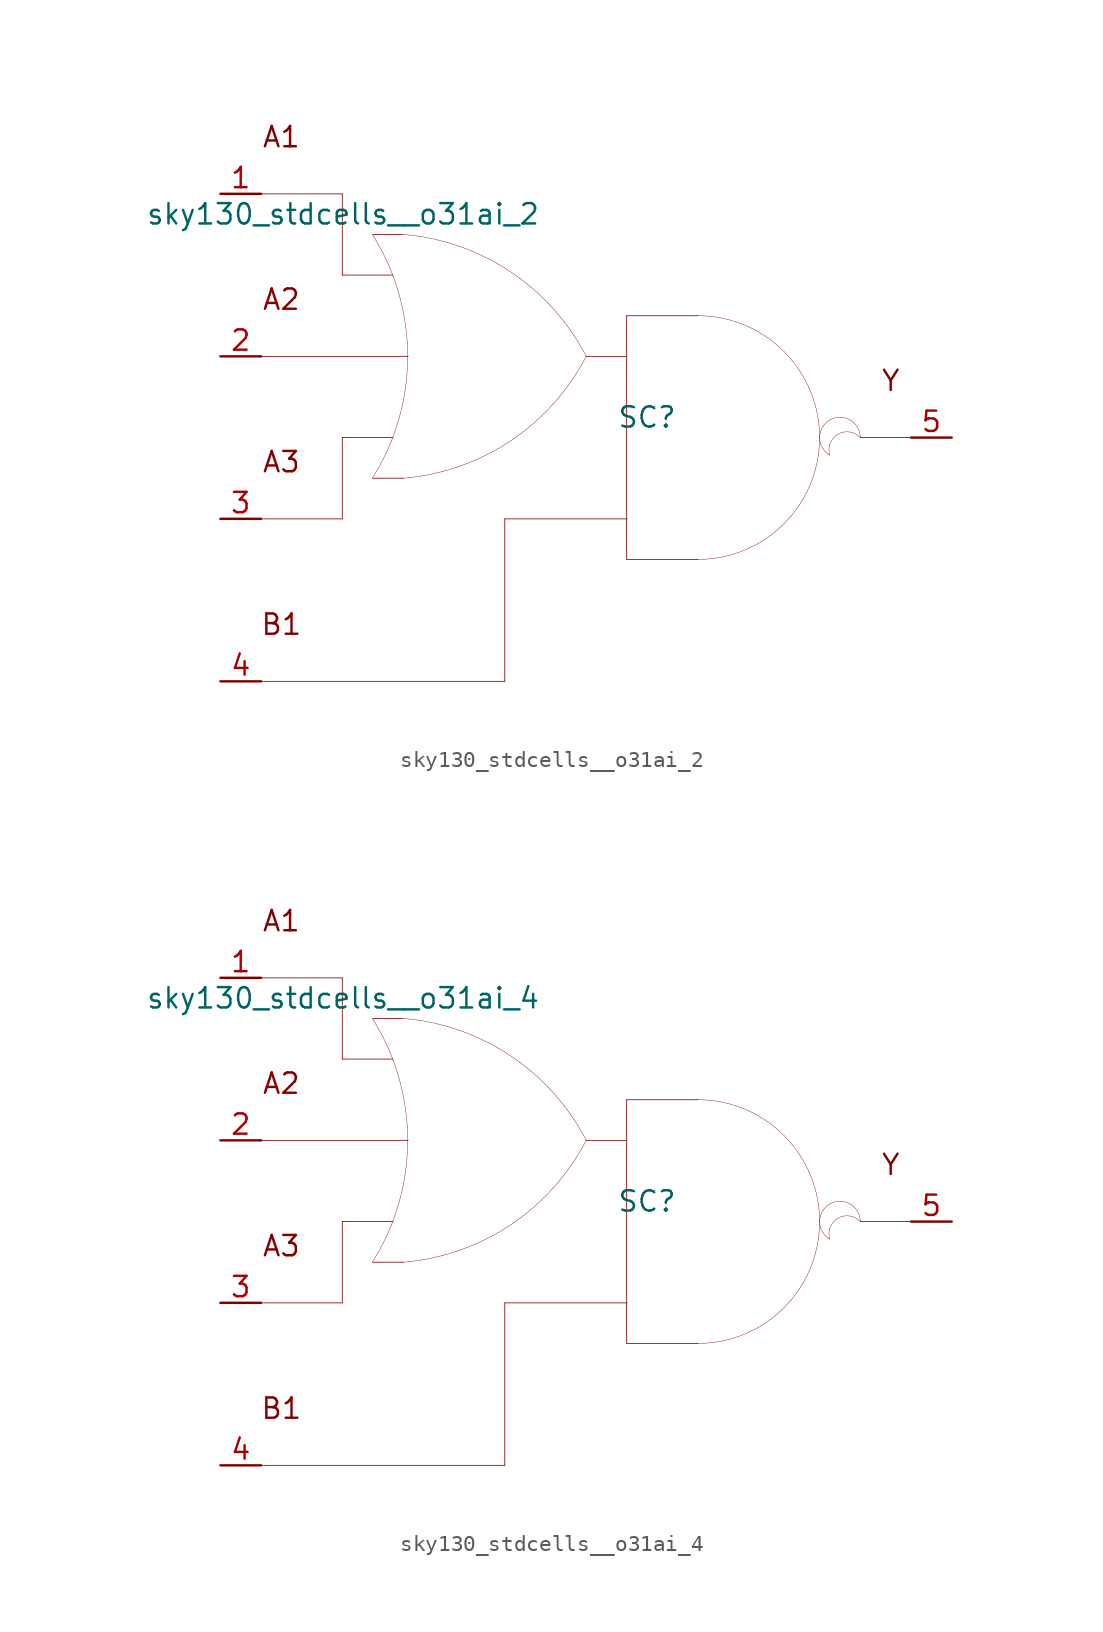
<source format=kicad_sym>
(kicad_symbol_lib
  (version 20211014)
  (generator kicad_symbol_editor)
  (symbol "sky130_stdcells__o31ai_2"
    (pin_names hide)
    (property "Reference" "SC"
      (at 3.81 1.27 0)
      (effects (font (size 1.27 1.27))))
    (property "Value" "sky130_stdcells__o31ai_2"
      (at -2.845 13.97 0)
      (effects (font (size 1.27 1.27)) (justify right)))
    (symbol "sky130_stdcells__o31ai_2_0_0"
      (arc (start -13.3555 -2.5342) (mid -12.698 -1.378) (end -12.1512 -0.1656) (stroke (width 0.0254) (type default) (color 0 0 0 0)) (fill (type none)))
      (arc (start -12.1512 -0.1656) (mid -11.7163 1.1045) (end -11.403 2.4099) (stroke (width 0.0254) (type default) (color 0 0 0 0)) (fill (type none)))
      (arc (start -12.133 10.2793) (mid -12.6812 11.5048) (end -13.3423 12.6732) (stroke (width 0.0254) (type default) (color 0 0 0 0)) (fill (type none)))
      (arc (start -11.435 -2.5431) (mid -4.741 -0.2186) (end -0.0041 5.0516) (stroke (width 0.0254) (type default) (color 0 0 0 0)) (fill (type none)))
      (arc (start -11.403 2.4099) (mid -11.2138 3.739) (end -11.1506 5.08) (stroke (width 0.0254) (type default) (color 0 0 0 0)) (fill (type none)))
      (arc (start -11.3984 7.7256) (mid -11.7061 9.0196) (end -12.133 10.2793) (stroke (width 0.0254) (type default) (color 0 0 0 0)) (fill (type none)))
      (arc (start -11.1506 5.08) (mid -11.2127 6.4086) (end -11.3984 7.7256) (stroke (width 0.0254) (type default) (color 0 0 0 0)) (fill (type none)))
      (polyline (pts (xy -20.32 -15.24) (xy -5.08 -15.24)) (stroke (width 0.051) (type default) (color 0 0 0 0)) (fill (type none)))
      (polyline (pts (xy -20.32 -5.08) (xy -15.24 -5.08)) (stroke (width 0.051) (type default) (color 0 0 0 0)) (fill (type none)))
      (polyline (pts (xy -20.32 5.08) (xy -11.125 5.08)) (stroke (width 0.051) (type default) (color 0 0 0 0)) (fill (type none)))
      (polyline (pts (xy -20.32 15.24) (xy -15.24 15.24)) (stroke (width 0.051) (type default) (color 0 0 0 0)) (fill (type none)))
      (polyline (pts (xy -15.24 0) (xy -15.24 -5.08)) (stroke (width 0.051) (type default) (color 0 0 0 0)) (fill (type none)))
      (polyline (pts (xy -15.24 0) (xy -12.065 0)) (stroke (width 0.051) (type default) (color 0 0 0 0)) (fill (type none)))
      (polyline (pts (xy -15.24 10.16) (xy -12.065 10.16)) (stroke (width 0.051) (type default) (color 0 0 0 0)) (fill (type none)))
      (polyline (pts (xy -15.24 15.24) (xy -15.24 10.16)) (stroke (width 0.051) (type default) (color 0 0 0 0)) (fill (type none)))
      (polyline (pts (xy -13.335 -2.54) (xy -11.43 -2.54)) (stroke (width 0.051) (type default) (color 0 0 0 0)) (fill (type none)))
      (polyline (pts (xy -13.335 12.7) (xy -11.43 12.7)) (stroke (width 0.051) (type default) (color 0 0 0 0)) (fill (type none)))
      (polyline (pts (xy -5.08 -5.08) (xy -5.08 -15.24)) (stroke (width 0.051) (type default) (color 0 0 0 0)) (fill (type none)))
      (polyline (pts (xy -5.08 -5.08) (xy 2.565 -5.08)) (stroke (width 0.051) (type default) (color 0 0 0 0)) (fill (type none)))
      (polyline (pts (xy 0 5.08) (xy 2.54 5.08)) (stroke (width 0.051) (type default) (color 0 0 0 0)) (fill (type none)))
      (polyline (pts (xy 2.54 -7.62) (xy 6.985 -7.62)) (stroke (width 0.051) (type default) (color 0 0 0 0)) (fill (type none)))
      (polyline (pts (xy 2.54 7.62) (xy 2.54 -7.62)) (stroke (width 0.051) (type default) (color 0 0 0 0)) (fill (type none)))
      (polyline (pts (xy 2.54 7.62) (xy 6.985 7.62)) (stroke (width 0.051) (type default) (color 0 0 0 0)) (fill (type none)))
      (polyline (pts (xy 17.145 0) (xy 20.32 0)) (stroke (width 0.051) (type default) (color 0 0 0 0)) (fill (type none)))
      (arc (start 0.0187 5.0644) (mid -4.6998 10.351) (end -11.3856 12.6989) (stroke (width 0.0254) (type default) (color 0 0 0 0)) (fill (type none)))
      (arc (start 6.985 -7.62) (mid 8.9572 -7.3604) (end 10.795 -6.5991) (stroke (width 0.0254) (type default) (color 0 0 0 0)) (fill (type none)))
      (arc (start 10.795 -6.5991) (mid 12.3731 -5.3881) (end 13.5841 -3.81) (stroke (width 0.0254) (type default) (color 0 0 0 0)) (fill (type none)))
      (arc (start 10.795 6.5991) (mid 8.9572 7.3603) (end 6.985 7.62) (stroke (width 0.0254) (type default) (color 0 0 0 0)) (fill (type none)))
      (arc (start 13.5841 -3.81) (mid 14.3453 -1.9722) (end 14.605 0) (stroke (width 0.0254) (type default) (color 0 0 0 0)) (fill (type none)))
      (arc (start 13.5841 3.81) (mid 12.3731 5.3881) (end 10.795 6.5991) (stroke (width 0.0254) (type default) (color 0 0 0 0)) (fill (type none)))
      (arc (start 14.605 0) (mid 14.3454 1.9722) (end 13.5841 3.81) (stroke (width 0.0254) (type default) (color 0 0 0 0)) (fill (type none)))
      (arc (start 15.24 1.0999) (mid 14.605 0) (end 15.24 -1.0999) (stroke (width 0.0254) (type default) (color 0 0 0 0)) (fill (type none)))
      (arc (start 17.145 0) (mid 15.2881 0.4743) (end 15.24 -1.0999) (stroke (width 0.0254) (type default) (color 0 0 0 0)) (fill (type none)))
      (arc (start 17.145 0) (mid 16.51 1.0998) (end 15.24 1.0999) (stroke (width 0.0254) (type default) (color 0 0 0 0)) (fill (type none)))
      (text "A1" (at -19.05 18.796 0) (effects (font (size 1.27 1.27))))
      (text "A2" (at -19.05 8.636 0) (effects (font (size 1.27 1.27))))
      (text "A3" (at -19.05 -1.524 0) (effects (font (size 1.27 1.27))))
      (text "B1" (at -19.05 -11.684 0) (effects (font (size 1.27 1.27))))
      (text "Y" (at 19.05 3.556 0) (effects (font (size 1.27 1.27)))))
    (symbol "sky130_stdcells__o31ai_2_1_1"
      (pin input line (at -22.86 15.24 0) (length 2.54) (name "A1" (effects (font (size 1.092 1.092)))) (number "1" (effects (font (size 1.27 1.27)))))
      (pin input line (at -22.86 5.08 0) (length 2.54) (name "A2" (effects (font (size 1.092 1.092)))) (number "2" (effects (font (size 1.27 1.27)))))
      (pin input line (at -22.86 -5.08 0) (length 2.54) (name "A3" (effects (font (size 1.092 1.092)))) (number "3" (effects (font (size 1.27 1.27)))))
      (pin input line (at -22.86 -15.24 0) (length 2.54) (name "B1" (effects (font (size 1.092 1.092)))) (number "4" (effects (font (size 1.27 1.27)))))
      (pin output line (at 22.86 0 180) (length 2.54) (name "Y" (effects (font (size 1.092 1.092)))) (number "5" (effects (font (size 1.27 1.27)))))))
  (symbol "sky130_stdcells__o31ai_4"
    (pin_names hide)
    (property "Reference" "SC"
      (at 3.81 1.27 0)
      (effects (font (size 1.27 1.27))))
    (property "Value" "sky130_stdcells__o31ai_4"
      (at -2.845 13.97 0)
      (effects (font (size 1.27 1.27)) (justify right)))
    (symbol "sky130_stdcells__o31ai_4_0_0"
      (arc (start -13.3555 -2.5342) (mid -12.698 -1.378) (end -12.1512 -0.1656) (stroke (width 0.0254) (type default) (color 0 0 0 0)) (fill (type none)))
      (arc (start -12.1512 -0.1656) (mid -11.7163 1.1045) (end -11.403 2.4099) (stroke (width 0.0254) (type default) (color 0 0 0 0)) (fill (type none)))
      (arc (start -12.133 10.2793) (mid -12.6812 11.5048) (end -13.3423 12.6732) (stroke (width 0.0254) (type default) (color 0 0 0 0)) (fill (type none)))
      (arc (start -11.435 -2.5431) (mid -4.741 -0.2186) (end -0.0041 5.0516) (stroke (width 0.0254) (type default) (color 0 0 0 0)) (fill (type none)))
      (arc (start -11.403 2.4099) (mid -11.2138 3.739) (end -11.1506 5.08) (stroke (width 0.0254) (type default) (color 0 0 0 0)) (fill (type none)))
      (arc (start -11.3984 7.7256) (mid -11.7061 9.0196) (end -12.133 10.2793) (stroke (width 0.0254) (type default) (color 0 0 0 0)) (fill (type none)))
      (arc (start -11.1506 5.08) (mid -11.2127 6.4086) (end -11.3984 7.7256) (stroke (width 0.0254) (type default) (color 0 0 0 0)) (fill (type none)))
      (polyline (pts (xy -20.32 -15.24) (xy -5.08 -15.24)) (stroke (width 0.051) (type default) (color 0 0 0 0)) (fill (type none)))
      (polyline (pts (xy -20.32 -5.08) (xy -15.24 -5.08)) (stroke (width 0.051) (type default) (color 0 0 0 0)) (fill (type none)))
      (polyline (pts (xy -20.32 5.08) (xy -11.125 5.08)) (stroke (width 0.051) (type default) (color 0 0 0 0)) (fill (type none)))
      (polyline (pts (xy -20.32 15.24) (xy -15.24 15.24)) (stroke (width 0.051) (type default) (color 0 0 0 0)) (fill (type none)))
      (polyline (pts (xy -15.24 0) (xy -15.24 -5.08)) (stroke (width 0.051) (type default) (color 0 0 0 0)) (fill (type none)))
      (polyline (pts (xy -15.24 0) (xy -12.065 0)) (stroke (width 0.051) (type default) (color 0 0 0 0)) (fill (type none)))
      (polyline (pts (xy -15.24 10.16) (xy -12.065 10.16)) (stroke (width 0.051) (type default) (color 0 0 0 0)) (fill (type none)))
      (polyline (pts (xy -15.24 15.24) (xy -15.24 10.16)) (stroke (width 0.051) (type default) (color 0 0 0 0)) (fill (type none)))
      (polyline (pts (xy -13.335 -2.54) (xy -11.43 -2.54)) (stroke (width 0.051) (type default) (color 0 0 0 0)) (fill (type none)))
      (polyline (pts (xy -13.335 12.7) (xy -11.43 12.7)) (stroke (width 0.051) (type default) (color 0 0 0 0)) (fill (type none)))
      (polyline (pts (xy -5.08 -5.08) (xy -5.08 -15.24)) (stroke (width 0.051) (type default) (color 0 0 0 0)) (fill (type none)))
      (polyline (pts (xy -5.08 -5.08) (xy 2.565 -5.08)) (stroke (width 0.051) (type default) (color 0 0 0 0)) (fill (type none)))
      (polyline (pts (xy 0 5.08) (xy 2.54 5.08)) (stroke (width 0.051) (type default) (color 0 0 0 0)) (fill (type none)))
      (polyline (pts (xy 2.54 -7.62) (xy 6.985 -7.62)) (stroke (width 0.051) (type default) (color 0 0 0 0)) (fill (type none)))
      (polyline (pts (xy 2.54 7.62) (xy 2.54 -7.62)) (stroke (width 0.051) (type default) (color 0 0 0 0)) (fill (type none)))
      (polyline (pts (xy 2.54 7.62) (xy 6.985 7.62)) (stroke (width 0.051) (type default) (color 0 0 0 0)) (fill (type none)))
      (polyline (pts (xy 17.145 0) (xy 20.32 0)) (stroke (width 0.051) (type default) (color 0 0 0 0)) (fill (type none)))
      (arc (start 0.0187 5.0644) (mid -4.6998 10.351) (end -11.3856 12.6989) (stroke (width 0.0254) (type default) (color 0 0 0 0)) (fill (type none)))
      (arc (start 6.985 -7.62) (mid 8.9572 -7.3604) (end 10.795 -6.5991) (stroke (width 0.0254) (type default) (color 0 0 0 0)) (fill (type none)))
      (arc (start 10.795 -6.5991) (mid 12.3731 -5.3881) (end 13.5841 -3.81) (stroke (width 0.0254) (type default) (color 0 0 0 0)) (fill (type none)))
      (arc (start 10.795 6.5991) (mid 8.9572 7.3603) (end 6.985 7.62) (stroke (width 0.0254) (type default) (color 0 0 0 0)) (fill (type none)))
      (arc (start 13.5841 -3.81) (mid 14.3453 -1.9722) (end 14.605 0) (stroke (width 0.0254) (type default) (color 0 0 0 0)) (fill (type none)))
      (arc (start 13.5841 3.81) (mid 12.3731 5.3881) (end 10.795 6.5991) (stroke (width 0.0254) (type default) (color 0 0 0 0)) (fill (type none)))
      (arc (start 14.605 0) (mid 14.3454 1.9722) (end 13.5841 3.81) (stroke (width 0.0254) (type default) (color 0 0 0 0)) (fill (type none)))
      (arc (start 15.24 1.0999) (mid 14.605 0) (end 15.24 -1.0999) (stroke (width 0.0254) (type default) (color 0 0 0 0)) (fill (type none)))
      (arc (start 17.145 0) (mid 15.2881 0.4743) (end 15.24 -1.0999) (stroke (width 0.0254) (type default) (color 0 0 0 0)) (fill (type none)))
      (arc (start 17.145 0) (mid 16.51 1.0998) (end 15.24 1.0999) (stroke (width 0.0254) (type default) (color 0 0 0 0)) (fill (type none)))
      (text "A1" (at -19.05 18.796 0) (effects (font (size 1.27 1.27))))
      (text "A2" (at -19.05 8.636 0) (effects (font (size 1.27 1.27))))
      (text "A3" (at -19.05 -1.524 0) (effects (font (size 1.27 1.27))))
      (text "B1" (at -19.05 -11.684 0) (effects (font (size 1.27 1.27))))
      (text "Y" (at 19.05 3.556 0) (effects (font (size 1.27 1.27)))))
    (symbol "sky130_stdcells__o31ai_4_1_1"
      (pin input line (at -22.86 15.24 0) (length 2.54) (name "A1" (effects (font (size 1.092 1.092)))) (number "1" (effects (font (size 1.27 1.27)))))
      (pin input line (at -22.86 5.08 0) (length 2.54) (name "A2" (effects (font (size 1.092 1.092)))) (number "2" (effects (font (size 1.27 1.27)))))
      (pin input line (at -22.86 -5.08 0) (length 2.54) (name "A3" (effects (font (size 1.092 1.092)))) (number "3" (effects (font (size 1.27 1.27)))))
      (pin input line (at -22.86 -15.24 0) (length 2.54) (name "B1" (effects (font (size 1.092 1.092)))) (number "4" (effects (font (size 1.27 1.27)))))
      (pin output line (at 22.86 0 180) (length 2.54) (name "Y" (effects (font (size 1.092 1.092)))) (number "5" (effects (font (size 1.27 1.27))))))))
</source>
